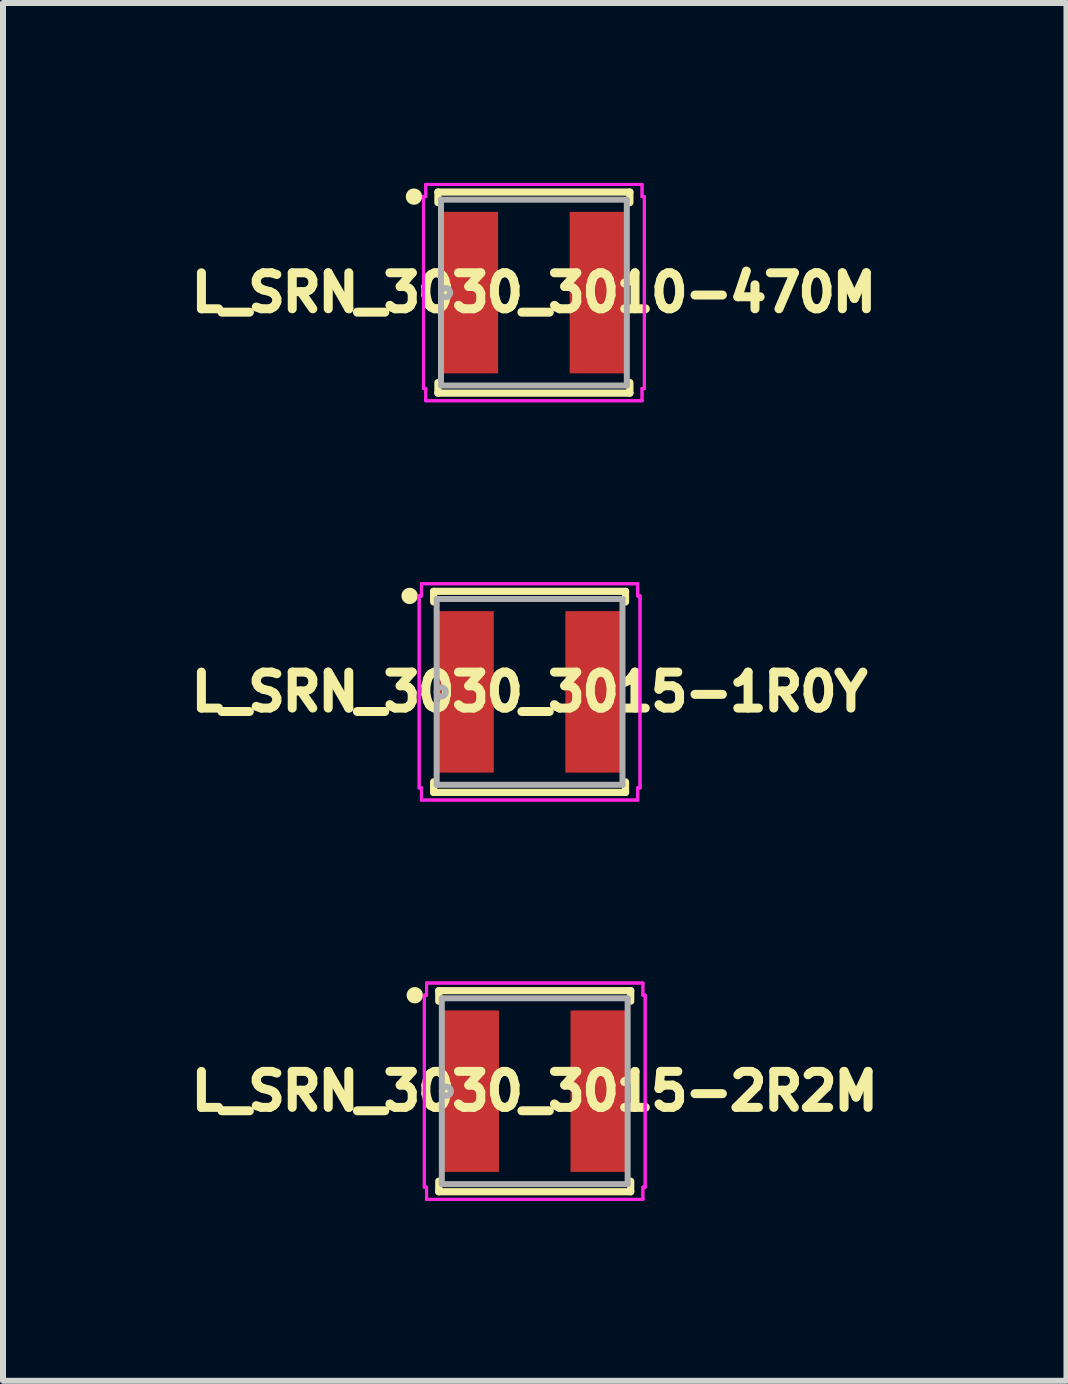
<source format=kicad_pcb>
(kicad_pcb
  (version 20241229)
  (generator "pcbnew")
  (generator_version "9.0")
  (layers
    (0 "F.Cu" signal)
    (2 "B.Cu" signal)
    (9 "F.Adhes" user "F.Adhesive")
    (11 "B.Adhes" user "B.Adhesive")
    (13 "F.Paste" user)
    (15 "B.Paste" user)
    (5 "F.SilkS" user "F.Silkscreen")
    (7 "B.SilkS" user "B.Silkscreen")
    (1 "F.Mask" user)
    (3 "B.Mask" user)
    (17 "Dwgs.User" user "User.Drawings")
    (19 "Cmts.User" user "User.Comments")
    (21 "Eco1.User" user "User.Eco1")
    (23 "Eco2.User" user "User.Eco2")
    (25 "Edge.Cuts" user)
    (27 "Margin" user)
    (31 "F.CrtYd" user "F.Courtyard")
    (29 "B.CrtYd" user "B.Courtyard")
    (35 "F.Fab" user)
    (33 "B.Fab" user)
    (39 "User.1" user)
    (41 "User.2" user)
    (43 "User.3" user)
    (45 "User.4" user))
  (footprint "L_SRN_3030_3010-470M"
    (layer "F.Cu")
    (at 5.851 1.828)
    (property "Reference" "L_SRN_3030_3010-470M" (at 0 0 0) (layer "F.SilkS") (effects (font (size 0.6 0.6) (thickness 0.15))))
    (attr smd)
    (fp_line (start -1.6 -1.5) (end -1.6 -1.676) (stroke (width 0.12) (type solid)) (layer "F.SilkS"))
    (fp_line (start -1.6 1.5) (end -1.6 1.676) (stroke (width 0.12) (type solid)) (layer "F.SilkS"))
    (fp_line (start -1.6 1.676) (end 1.6 1.676) (stroke (width 0.12) (type solid)) (layer "F.SilkS"))
    (fp_line (start 1.6 -1.676) (end -1.6 -1.676) (stroke (width 0.12) (type solid)) (layer "F.SilkS"))
    (fp_line (start 1.6 -1.5) (end 1.6 -1.676) (stroke (width 0.12) (type solid)) (layer "F.SilkS"))
    (fp_line (start 1.6 1.5) (end 1.6 1.676) (stroke (width 0.12) (type solid)) (layer "F.SilkS"))
    (fp_circle (center -2 -1.6) (end -1.924 -1.6) (stroke (width 0.12) (type solid)) (fill yes) (layer "F.SilkS"))
    (fp_line (start -1.841 -1.6) (end -1.803 -1.6) (stroke (width 0.05) (type solid)) (layer "F.CrtYd"))
    (fp_line (start -1.841 -1.6) (end -1.803 -1.6) (stroke (width 0.05) (type solid)) (layer "F.CrtYd"))
    (fp_line (start -1.841 1.6) (end -1.841 -1.6) (stroke (width 0.05) (type solid)) (layer "F.CrtYd"))
    (fp_line (start -1.841 1.6) (end -1.841 -1.6) (stroke (width 0.05) (type solid)) (layer "F.CrtYd"))
    (fp_line (start -1.803 -1.803) (end 1.803 -1.803) (stroke (width 0.05) (type solid)) (layer "F.CrtYd"))
    (fp_line (start -1.803 -1.803) (end 1.803 -1.803) (stroke (width 0.05) (type solid)) (layer "F.CrtYd"))
    (fp_line (start -1.803 -1.6) (end -1.803 -1.803) (stroke (width 0.05) (type solid)) (layer "F.CrtYd"))
    (fp_line (start -1.803 -1.6) (end -1.803 -1.803) (stroke (width 0.05) (type solid)) (layer "F.CrtYd"))
    (fp_line (start -1.803 1.6) (end -1.841 1.6) (stroke (width 0.05) (type solid)) (layer "F.CrtYd"))
    (fp_line (start -1.803 1.6) (end -1.841 1.6) (stroke (width 0.05) (type solid)) (layer "F.CrtYd"))
    (fp_line (start -1.803 1.803) (end -1.803 1.6) (stroke (width 0.05) (type solid)) (layer "F.CrtYd"))
    (fp_line (start -1.803 1.803) (end -1.803 1.6) (stroke (width 0.05) (type solid)) (layer "F.CrtYd"))
    (fp_line (start 1.803 -1.803) (end 1.803 -1.6) (stroke (width 0.05) (type solid)) (layer "F.CrtYd"))
    (fp_line (start 1.803 -1.803) (end 1.803 -1.6) (stroke (width 0.05) (type solid)) (layer "F.CrtYd"))
    (fp_line (start 1.803 -1.6) (end 1.841 -1.6) (stroke (width 0.05) (type solid)) (layer "F.CrtYd"))
    (fp_line (start 1.803 -1.6) (end 1.841 -1.6) (stroke (width 0.05) (type solid)) (layer "F.CrtYd"))
    (fp_line (start 1.803 1.6) (end 1.803 1.803) (stroke (width 0.05) (type solid)) (layer "F.CrtYd"))
    (fp_line (start 1.803 1.6) (end 1.803 1.803) (stroke (width 0.05) (type solid)) (layer "F.CrtYd"))
    (fp_line (start 1.803 1.803) (end -1.803 1.803) (stroke (width 0.05) (type solid)) (layer "F.CrtYd"))
    (fp_line (start 1.803 1.803) (end -1.803 1.803) (stroke (width 0.05) (type solid)) (layer "F.CrtYd"))
    (fp_line (start 1.841 -1.6) (end 1.841 1.6) (stroke (width 0.05) (type solid)) (layer "F.CrtYd"))
    (fp_line (start 1.841 -1.6) (end 1.841 1.6) (stroke (width 0.05) (type solid)) (layer "F.CrtYd"))
    (fp_line (start 1.841 1.6) (end 1.803 1.6) (stroke (width 0.05) (type solid)) (layer "F.CrtYd"))
    (fp_line (start 1.841 1.6) (end 1.803 1.6) (stroke (width 0.05) (type solid)) (layer "F.CrtYd"))
    (fp_line (start -1.549 -1.549) (end -1.549 1.549) (stroke (width 0.1) (type solid)) (layer "F.Fab"))
    (fp_line (start -1.549 1.549) (end 1.549 1.549) (stroke (width 0.1) (type solid)) (layer "F.Fab"))
    (fp_line (start 1.549 -1.549) (end -1.549 -1.549) (stroke (width 0.1) (type solid)) (layer "F.Fab"))
    (fp_line (start 1.549 1.549) (end 1.549 -1.549) (stroke (width 0.1) (type solid)) (layer "F.Fab"))
    (fp_circle (center -1.473 0) (end -1.397 0) (stroke (width 0.1) (type solid)) (fill no) (layer "F.Fab"))
    (pad "1" smd rect (at -1.092 0) (size 0.991 2.692) (layers "F.Cu" "F.Mask" "F.Paste"))
    (pad "2" smd rect (at 1.092 0) (size 0.991 2.692) (layers "F.Cu" "F.Mask" "F.Paste")))
  (footprint "L_SRN_3030_3015-2R2M"
    (layer "F.Cu")
    (at 5.865 15.142)
    (property "Reference" "L_SRN_3030_3015-2R2M" (at 0 0 0) (layer "F.SilkS") (effects (font (size 0.6 0.6) (thickness 0.15))))
    (attr smd)
    (fp_line (start -1.6 -1.5) (end -1.6 -1.676) (stroke (width 0.12) (type solid)) (layer "F.SilkS"))
    (fp_line (start -1.6 1.5) (end -1.6 1.676) (stroke (width 0.12) (type solid)) (layer "F.SilkS"))
    (fp_line (start -1.6 1.676) (end 1.6 1.676) (stroke (width 0.12) (type solid)) (layer "F.SilkS"))
    (fp_line (start 1.6 -1.676) (end -1.6 -1.676) (stroke (width 0.12) (type solid)) (layer "F.SilkS"))
    (fp_line (start 1.6 -1.5) (end 1.6 -1.676) (stroke (width 0.12) (type solid)) (layer "F.SilkS"))
    (fp_line (start 1.6 1.5) (end 1.6 1.676) (stroke (width 0.12) (type solid)) (layer "F.SilkS"))
    (fp_circle (center -2 -1.6) (end -1.924 -1.6) (stroke (width 0.12) (type solid)) (fill yes) (layer "F.SilkS"))
    (fp_line (start -1.841 -1.6) (end -1.803 -1.6) (stroke (width 0.05) (type solid)) (layer "F.CrtYd"))
    (fp_line (start -1.841 -1.6) (end -1.803 -1.6) (stroke (width 0.05) (type solid)) (layer "F.CrtYd"))
    (fp_line (start -1.841 1.6) (end -1.841 -1.6) (stroke (width 0.05) (type solid)) (layer "F.CrtYd"))
    (fp_line (start -1.841 1.6) (end -1.841 -1.6) (stroke (width 0.05) (type solid)) (layer "F.CrtYd"))
    (fp_line (start -1.803 -1.803) (end 1.803 -1.803) (stroke (width 0.05) (type solid)) (layer "F.CrtYd"))
    (fp_line (start -1.803 -1.803) (end 1.803 -1.803) (stroke (width 0.05) (type solid)) (layer "F.CrtYd"))
    (fp_line (start -1.803 -1.6) (end -1.803 -1.803) (stroke (width 0.05) (type solid)) (layer "F.CrtYd"))
    (fp_line (start -1.803 -1.6) (end -1.803 -1.803) (stroke (width 0.05) (type solid)) (layer "F.CrtYd"))
    (fp_line (start -1.803 1.6) (end -1.841 1.6) (stroke (width 0.05) (type solid)) (layer "F.CrtYd"))
    (fp_line (start -1.803 1.6) (end -1.841 1.6) (stroke (width 0.05) (type solid)) (layer "F.CrtYd"))
    (fp_line (start -1.803 1.803) (end -1.803 1.6) (stroke (width 0.05) (type solid)) (layer "F.CrtYd"))
    (fp_line (start -1.803 1.803) (end -1.803 1.6) (stroke (width 0.05) (type solid)) (layer "F.CrtYd"))
    (fp_line (start 1.803 -1.803) (end 1.803 -1.6) (stroke (width 0.05) (type solid)) (layer "F.CrtYd"))
    (fp_line (start 1.803 -1.803) (end 1.803 -1.6) (stroke (width 0.05) (type solid)) (layer "F.CrtYd"))
    (fp_line (start 1.803 -1.6) (end 1.841 -1.6) (stroke (width 0.05) (type solid)) (layer "F.CrtYd"))
    (fp_line (start 1.803 -1.6) (end 1.841 -1.6) (stroke (width 0.05) (type solid)) (layer "F.CrtYd"))
    (fp_line (start 1.803 1.6) (end 1.803 1.803) (stroke (width 0.05) (type solid)) (layer "F.CrtYd"))
    (fp_line (start 1.803 1.6) (end 1.803 1.803) (stroke (width 0.05) (type solid)) (layer "F.CrtYd"))
    (fp_line (start 1.803 1.803) (end -1.803 1.803) (stroke (width 0.05) (type solid)) (layer "F.CrtYd"))
    (fp_line (start 1.803 1.803) (end -1.803 1.803) (stroke (width 0.05) (type solid)) (layer "F.CrtYd"))
    (fp_line (start 1.841 -1.6) (end 1.841 1.6) (stroke (width 0.05) (type solid)) (layer "F.CrtYd"))
    (fp_line (start 1.841 -1.6) (end 1.841 1.6) (stroke (width 0.05) (type solid)) (layer "F.CrtYd"))
    (fp_line (start 1.841 1.6) (end 1.803 1.6) (stroke (width 0.05) (type solid)) (layer "F.CrtYd"))
    (fp_line (start 1.841 1.6) (end 1.803 1.6) (stroke (width 0.05) (type solid)) (layer "F.CrtYd"))
    (fp_line (start -1.549 -1.549) (end -1.549 1.549) (stroke (width 0.1) (type solid)) (layer "F.Fab"))
    (fp_line (start -1.549 1.549) (end 1.549 1.549) (stroke (width 0.1) (type solid)) (layer "F.Fab"))
    (fp_line (start 1.549 -1.549) (end -1.549 -1.549) (stroke (width 0.1) (type solid)) (layer "F.Fab"))
    (fp_line (start 1.549 1.549) (end 1.549 -1.549) (stroke (width 0.1) (type solid)) (layer "F.Fab"))
    (fp_circle (center -1.473 0) (end -1.397 0) (stroke (width 0.1) (type solid)) (fill no) (layer "F.Fab"))
    (pad "1" smd rect (at -1.092 0) (size 0.991 2.692) (layers "F.Cu" "F.Mask" "F.Paste"))
    (pad "2" smd rect (at 1.092 0) (size 0.991 2.692) (layers "F.Cu" "F.Mask" "F.Paste")))
  (footprint "L_SRN_3030_3015-1R0Y"
    (layer "F.Cu")
    (at 5.779 8.485)
    (property "Reference" "L_SRN_3030_3015-1R0Y" (at 0 0 0) (layer "F.SilkS") (effects (font (size 0.6 0.6) (thickness 0.15))))
    (attr smd)
    (fp_line (start -1.6 -1.5) (end -1.6 -1.676) (stroke (width 0.12) (type solid)) (layer "F.SilkS"))
    (fp_line (start -1.6 1.5) (end -1.6 1.676) (stroke (width 0.12) (type solid)) (layer "F.SilkS"))
    (fp_line (start -1.6 1.676) (end 1.6 1.676) (stroke (width 0.12) (type solid)) (layer "F.SilkS"))
    (fp_line (start 1.6 -1.676) (end -1.6 -1.676) (stroke (width 0.12) (type solid)) (layer "F.SilkS"))
    (fp_line (start 1.6 -1.5) (end 1.6 -1.676) (stroke (width 0.12) (type solid)) (layer "F.SilkS"))
    (fp_line (start 1.6 1.5) (end 1.6 1.676) (stroke (width 0.12) (type solid)) (layer "F.SilkS"))
    (fp_circle (center -2 -1.6) (end -1.924 -1.6) (stroke (width 0.12) (type solid)) (fill yes) (layer "F.SilkS"))
    (fp_line (start -1.841 -1.6) (end -1.803 -1.6) (stroke (width 0.05) (type solid)) (layer "F.CrtYd"))
    (fp_line (start -1.841 -1.6) (end -1.803 -1.6) (stroke (width 0.05) (type solid)) (layer "F.CrtYd"))
    (fp_line (start -1.841 1.6) (end -1.841 -1.6) (stroke (width 0.05) (type solid)) (layer "F.CrtYd"))
    (fp_line (start -1.841 1.6) (end -1.841 -1.6) (stroke (width 0.05) (type solid)) (layer "F.CrtYd"))
    (fp_line (start -1.803 -1.803) (end 1.803 -1.803) (stroke (width 0.05) (type solid)) (layer "F.CrtYd"))
    (fp_line (start -1.803 -1.803) (end 1.803 -1.803) (stroke (width 0.05) (type solid)) (layer "F.CrtYd"))
    (fp_line (start -1.803 -1.6) (end -1.803 -1.803) (stroke (width 0.05) (type solid)) (layer "F.CrtYd"))
    (fp_line (start -1.803 -1.6) (end -1.803 -1.803) (stroke (width 0.05) (type solid)) (layer "F.CrtYd"))
    (fp_line (start -1.803 1.6) (end -1.841 1.6) (stroke (width 0.05) (type solid)) (layer "F.CrtYd"))
    (fp_line (start -1.803 1.6) (end -1.841 1.6) (stroke (width 0.05) (type solid)) (layer "F.CrtYd"))
    (fp_line (start -1.803 1.803) (end -1.803 1.6) (stroke (width 0.05) (type solid)) (layer "F.CrtYd"))
    (fp_line (start -1.803 1.803) (end -1.803 1.6) (stroke (width 0.05) (type solid)) (layer "F.CrtYd"))
    (fp_line (start 1.803 -1.803) (end 1.803 -1.6) (stroke (width 0.05) (type solid)) (layer "F.CrtYd"))
    (fp_line (start 1.803 -1.803) (end 1.803 -1.6) (stroke (width 0.05) (type solid)) (layer "F.CrtYd"))
    (fp_line (start 1.803 -1.6) (end 1.841 -1.6) (stroke (width 0.05) (type solid)) (layer "F.CrtYd"))
    (fp_line (start 1.803 -1.6) (end 1.841 -1.6) (stroke (width 0.05) (type solid)) (layer "F.CrtYd"))
    (fp_line (start 1.803 1.6) (end 1.803 1.803) (stroke (width 0.05) (type solid)) (layer "F.CrtYd"))
    (fp_line (start 1.803 1.6) (end 1.803 1.803) (stroke (width 0.05) (type solid)) (layer "F.CrtYd"))
    (fp_line (start 1.803 1.803) (end -1.803 1.803) (stroke (width 0.05) (type solid)) (layer "F.CrtYd"))
    (fp_line (start 1.803 1.803) (end -1.803 1.803) (stroke (width 0.05) (type solid)) (layer "F.CrtYd"))
    (fp_line (start 1.841 -1.6) (end 1.841 1.6) (stroke (width 0.05) (type solid)) (layer "F.CrtYd"))
    (fp_line (start 1.841 -1.6) (end 1.841 1.6) (stroke (width 0.05) (type solid)) (layer "F.CrtYd"))
    (fp_line (start 1.841 1.6) (end 1.803 1.6) (stroke (width 0.05) (type solid)) (layer "F.CrtYd"))
    (fp_line (start 1.841 1.6) (end 1.803 1.6) (stroke (width 0.05) (type solid)) (layer "F.CrtYd"))
    (fp_line (start -1.549 -1.549) (end -1.549 1.549) (stroke (width 0.1) (type solid)) (layer "F.Fab"))
    (fp_line (start -1.549 1.549) (end 1.549 1.549) (stroke (width 0.1) (type solid)) (layer "F.Fab"))
    (fp_line (start 1.549 -1.549) (end -1.549 -1.549) (stroke (width 0.1) (type solid)) (layer "F.Fab"))
    (fp_line (start 1.549 1.549) (end 1.549 -1.549) (stroke (width 0.1) (type solid)) (layer "F.Fab"))
    (fp_circle (center -1.473 0) (end -1.397 0) (stroke (width 0.1) (type solid)) (fill no) (layer "F.Fab"))
    (pad "1" smd rect (at -1.092 0) (size 0.991 2.692) (layers "F.Cu" "F.Mask" "F.Paste"))
    (pad "2" smd rect (at 1.092 0) (size 0.991 2.692) (layers "F.Cu" "F.Mask" "F.Paste")))
  (gr_rect
    (start -3 -3)
    (end 14.73 19.97)
    (stroke (width 0.1) (type default))
    (fill no)
    (layer "Edge.Cuts")))
</source>
